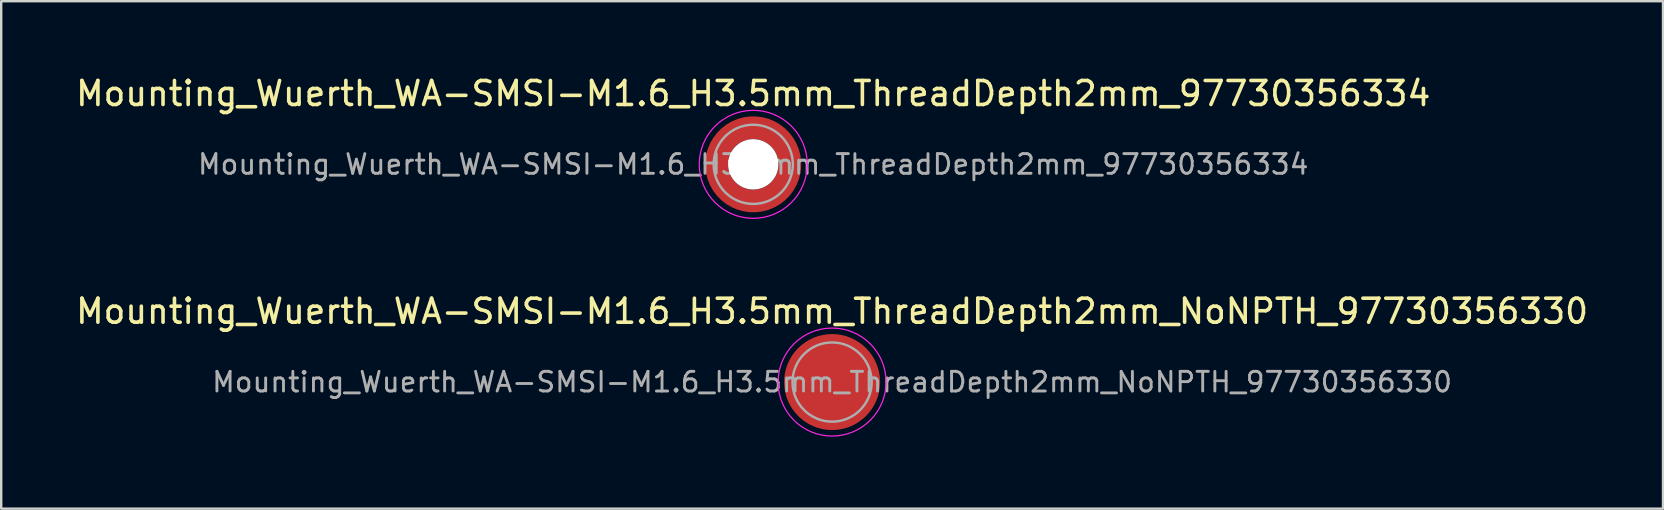
<source format=kicad_pcb>
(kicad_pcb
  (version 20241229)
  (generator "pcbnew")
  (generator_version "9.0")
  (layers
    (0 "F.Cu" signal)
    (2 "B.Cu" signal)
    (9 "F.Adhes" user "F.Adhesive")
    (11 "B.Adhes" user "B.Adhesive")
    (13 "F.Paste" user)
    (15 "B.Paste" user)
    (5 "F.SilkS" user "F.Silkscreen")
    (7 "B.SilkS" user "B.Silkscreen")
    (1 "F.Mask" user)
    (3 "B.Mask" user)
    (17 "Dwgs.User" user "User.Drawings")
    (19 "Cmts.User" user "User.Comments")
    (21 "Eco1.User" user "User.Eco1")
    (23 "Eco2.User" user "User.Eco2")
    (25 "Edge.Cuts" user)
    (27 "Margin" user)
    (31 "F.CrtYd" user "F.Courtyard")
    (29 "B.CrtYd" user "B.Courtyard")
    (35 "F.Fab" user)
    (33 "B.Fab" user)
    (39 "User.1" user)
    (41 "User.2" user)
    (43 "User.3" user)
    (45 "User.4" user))
  (footprint "Mounting_Wuerth_WA-SMSI-M1.6_H3.5mm_ThreadDepth2mm_NoNPTH_97730356330"
    (layer "F.Cu")
    (at 31.625 12.871)
    (property "Reference" "Mounting_Wuerth_WA-SMSI-M1.6_H3.5mm_ThreadDepth2mm_NoNPTH_97730356330" (at 0 -2.95 0) (layer "F.SilkS") (effects (font (size 1 1) (thickness 0.15))))
    (attr smd)
    (fp_circle (center 0 0) (end 2.25 0) (stroke (width 0.05) (type solid)) (fill no) (layer "F.CrtYd"))
    (fp_circle (center 0 0) (end 1.65 0) (stroke (width 0.1) (type solid)) (fill no) (layer "F.Fab"))
    (fp_text user "${REFERENCE}" (at 0 0 0) (layer "F.Fab") (effects (font (size 0.82 0.82) (thickness 0.12))))
    (pad "" smd custom (at -0.778 -0.778) (size 1.2 1.2) (layers "F.Paste") (options (anchor circle)) (primitives (gr_arc (start 0.465568 0.527817) (mid 0.494975 0.494974) (end 0.527818 0.465567) (width 0.2)) (gr_arc (start 0.344805 0.527817) (mid 0.424264 0.424264) (end 0.527818 0.344805) (width 0.2)) (gr_arc (start 0.232382 0.527817) (mid 0.353553 0.353553) (end 0.527817 0.232382) (width 0.2)) (gr_arc (start 0.123983 0.527817) (mid 0.282843 0.282842) (end 0.527818 0.123983) (width 0.2)) (gr_arc (start 0.017883 0.527817) (mid 0.212132 0.212132) (end 0.527817 0.017883) (width 0.2)) (gr_arc (start -0.086763 0.527817) (mid 0.141421 0.141421) (end 0.527817 -0.086763) (width 0.2)) (gr_arc (start -0.190428 0.527817) (mid 0.070711 0.070711) (end 0.527817 -0.190428) (width 0.2)) (gr_arc (start -0.293397 0.527817) (mid 0 0) (end 0.527817 -0.293397) (width 0.2)) (gr_arc (start -0.395852 0.527817) (mid -0.070711 -0.070711) (end 0.527817 -0.395852) (width 0.2)) (gr_arc (start -0.497918 0.527817) (mid -0.141422 -0.141422) (end 0.527817 -0.497918) (width 0.2)) (gr_arc (start -0.59968 0.527817) (mid -0.212132 -0.212132) (end 0.527817 -0.59968) (width 0.2)) (gr_arc (start -0.701202 0.527817) (mid -0.282843 -0.282843) (end 0.527817 -0.701202) (width 0.2)) (gr_arc (start -0.802531 0.527817) (mid -0.353554 -0.353554) (end 0.527817 -0.802531) (width 0.2)) (gr_arc (start -0.9037 0.527817) (mid -0.424264 -0.424264) (end 0.527817 -0.9037) (width 0.2)) (gr_arc (start -1.004737 0.527817) (mid -0.494975 -0.494975) (end 0.527817 -1.004737) (width 0.2)) (gr_line (start 0.528 0.466) (end 0.528 -1.005) (width 0.2)) (gr_line (start 0.466 0.528) (end -1.005 0.528) (width 0.2))))
    (pad "" smd custom (at -0.778 0.778) (size 1.2 1.2) (layers "F.Paste") (options (anchor circle)) (primitives (gr_arc (start 0.527817 -0.465568) (mid 0.494974 -0.494975) (end 0.465567 -0.527818) (width 0.2)) (gr_arc (start 0.527817 -0.344805) (mid 0.424264 -0.424264) (end 0.344805 -0.527818) (width 0.2)) (gr_arc (start 0.527817 -0.232382) (mid 0.353553 -0.353553) (end 0.232382 -0.527817) (width 0.2)) (gr_arc (start 0.527817 -0.123983) (mid 0.282842 -0.282843) (end 0.123983 -0.527818) (width 0.2)) (gr_arc (start 0.527817 -0.017883) (mid 0.212132 -0.212132) (end 0.017883 -0.527817) (width 0.2)) (gr_arc (start 0.527817 0.086763) (mid 0.141421 -0.141421) (end -0.086763 -0.527817) (width 0.2)) (gr_arc (start 0.527817 0.190428) (mid 0.070711 -0.070711) (end -0.190428 -0.527817) (width 0.2)) (gr_arc (start 0.527817 0.293397) (mid 0 0) (end -0.293397 -0.527817) (width 0.2)) (gr_arc (start 0.527817 0.395852) (mid -0.070711 0.070711) (end -0.395852 -0.527817) (width 0.2)) (gr_arc (start 0.527817 0.497918) (mid -0.141422 0.141422) (end -0.497918 -0.527817) (width 0.2)) (gr_arc (start 0.527817 0.59968) (mid -0.212132 0.212132) (end -0.59968 -0.527817) (width 0.2)) (gr_arc (start 0.527817 0.701202) (mid -0.282843 0.282843) (end -0.701202 -0.527817) (width 0.2)) (gr_arc (start 0.527817 0.802531) (mid -0.353554 0.353554) (end -0.802531 -0.527817) (width 0.2)) (gr_arc (start 0.527817 0.9037) (mid -0.424264 0.424264) (end -0.9037 -0.527817) (width 0.2)) (gr_arc (start 0.527817 1.004737) (mid -0.494975 0.494975) (end -1.004737 -0.527817) (width 0.2)) (gr_line (start 0.466 -0.528) (end -1.005 -0.528) (width 0.2)) (gr_line (start 0.528 -0.466) (end 0.528 1.005) (width 0.2))))
    (pad "" smd custom (at 0.778 -0.778) (size 1.2 1.2) (layers "F.Paste") (options (anchor circle)) (primitives (gr_arc (start -0.527817 0.465568) (mid -0.494974 0.494975) (end -0.465567 0.527818) (width 0.2)) (gr_arc (start -0.527817 0.344805) (mid -0.424264 0.424264) (end -0.344805 0.527818) (width 0.2)) (gr_arc (start -0.527817 0.232382) (mid -0.353553 0.353553) (end -0.232382 0.527817) (width 0.2)) (gr_arc (start -0.527817 0.123983) (mid -0.282842 0.282843) (end -0.123983 0.527818) (width 0.2)) (gr_arc (start -0.527817 0.017883) (mid -0.212132 0.212132) (end -0.017883 0.527817) (width 0.2)) (gr_arc (start -0.527817 -0.086763) (mid -0.141421 0.141421) (end 0.086763 0.527817) (width 0.2)) (gr_arc (start -0.527817 -0.190428) (mid -0.070711 0.070711) (end 0.190428 0.527817) (width 0.2)) (gr_arc (start -0.527817 -0.293397) (mid 0 0) (end 0.293397 0.527817) (width 0.2)) (gr_arc (start -0.527817 -0.395852) (mid 0.070711 -0.070711) (end 0.395852 0.527817) (width 0.2)) (gr_arc (start -0.527817 -0.497918) (mid 0.141422 -0.141422) (end 0.497918 0.527817) (width 0.2)) (gr_arc (start -0.527817 -0.59968) (mid 0.212132 -0.212132) (end 0.59968 0.527817) (width 0.2)) (gr_arc (start -0.527817 -0.701202) (mid 0.282843 -0.282843) (end 0.701202 0.527817) (width 0.2)) (gr_arc (start -0.527817 -0.802531) (mid 0.353554 -0.353554) (end 0.802531 0.527817) (width 0.2)) (gr_arc (start -0.527817 -0.9037) (mid 0.424264 -0.424264) (end 0.9037 0.527817) (width 0.2)) (gr_arc (start -0.527817 -1.004737) (mid 0.494975 -0.494975) (end 1.004737 0.527817) (width 0.2)) (gr_line (start -0.466 0.528) (end 1.005 0.528) (width 0.2)) (gr_line (start -0.528 0.466) (end -0.528 -1.005) (width 0.2))))
    (pad "" smd custom (at 0.778 0.778) (size 1.2 1.2) (layers "F.Paste") (options (anchor circle)) (primitives (gr_arc (start -0.465568 -0.527817) (mid -0.494975 -0.494974) (end -0.527818 -0.465567) (width 0.2)) (gr_arc (start -0.344805 -0.527817) (mid -0.424264 -0.424264) (end -0.527818 -0.344805) (width 0.2)) (gr_arc (start -0.232382 -0.527817) (mid -0.353553 -0.353553) (end -0.527817 -0.232382) (width 0.2)) (gr_arc (start -0.123983 -0.527817) (mid -0.282843 -0.282842) (end -0.527818 -0.123983) (width 0.2)) (gr_arc (start -0.017883 -0.527817) (mid -0.212132 -0.212132) (end -0.527817 -0.017883) (width 0.2)) (gr_arc (start 0.086763 -0.527817) (mid -0.141421 -0.141421) (end -0.527817 0.086763) (width 0.2)) (gr_arc (start 0.190428 -0.527817) (mid -0.070711 -0.070711) (end -0.527817 0.190428) (width 0.2)) (gr_arc (start 0.293397 -0.527817) (mid 0 0) (end -0.527817 0.293397) (width 0.2)) (gr_arc (start 0.395852 -0.527817) (mid 0.070711 0.070711) (end -0.527817 0.395852) (width 0.2)) (gr_arc (start 0.497918 -0.527817) (mid 0.141422 0.141422) (end -0.527817 0.497918) (width 0.2)) (gr_arc (start 0.59968 -0.527817) (mid 0.212132 0.212132) (end -0.527817 0.59968) (width 0.2)) (gr_arc (start 0.701202 -0.527817) (mid 0.282843 0.282843) (end -0.527817 0.701202) (width 0.2)) (gr_arc (start 0.802531 -0.527817) (mid 0.353554 0.353554) (end -0.527817 0.802531) (width 0.2)) (gr_arc (start 0.9037 -0.527817) (mid 0.424264 0.424264) (end -0.527817 0.9037) (width 0.2)) (gr_arc (start 1.004737 -0.527817) (mid 0.494975 0.494975) (end -0.527817 1.004737) (width 0.2)) (gr_line (start -0.528 -0.466) (end -0.528 1.005) (width 0.2)) (gr_line (start -0.466 -0.528) (end 1.005 -0.528) (width 0.2))))
    (pad "1" smd circle (at 0 0) (size 4 4) (layers "F.Cu" "F.Mask")))
  (footprint "Mounting_Wuerth_WA-SMSI-M1.6_H3.5mm_ThreadDepth2mm_97730356334"
    (layer "F.Cu")
    (at 28.339 3.798)
    (property "Reference" "Mounting_Wuerth_WA-SMSI-M1.6_H3.5mm_ThreadDepth2mm_97730356334" (at 0 -2.95 0) (layer "F.SilkS") (effects (font (size 1 1) (thickness 0.15))))
    (attr smd)
    (fp_circle (center 0 0) (end 2.25 0) (stroke (width 0.05) (type solid)) (fill no) (layer "F.CrtYd"))
    (fp_circle (center 0 0) (end 1.65 0) (stroke (width 0.1) (type solid)) (fill no) (layer "F.Fab"))
    (fp_text user "${REFERENCE}" (at 0 0 0) (layer "F.Fab") (effects (font (size 0.82 0.82) (thickness 0.12))))
    (pad "" smd custom (at -1.061 -1.061) (size 0.4 0.4) (layers "F.Paste") (options (anchor circle)) (primitives (gr_arc (start -0.101235 0.76066) (mid 0.212132 0.212132) (end 0.76066 -0.101235) (width 0.2)) (gr_arc (start -0.204251 0.76066) (mid 0.141421 0.141421) (end 0.76066 -0.204251) (width 0.2)) (gr_arc (start -0.306819 0.76066) (mid 0.070711 0.070711) (end 0.76066 -0.306819) (width 0.2)) (gr_arc (start -0.409034 0.76066) (mid 0 0) (end 0.76066 -0.409034) (width 0.2)) (gr_arc (start -0.510963 0.76066) (mid -0.070711 -0.070711) (end 0.76066 -0.510963) (width 0.2)) (gr_arc (start -0.61266 0.76066) (mid -0.141421 -0.141421) (end 0.76066 -0.61266) (width 0.2)) (gr_arc (start -0.714164 0.76066) (mid -0.212132 -0.212132) (end 0.76066 -0.714164) (width 0.2)) (gr_line (start 0.761 -0.101) (end 0.761 -0.714) (width 0.2)) (gr_line (start -0.101 0.761) (end -0.714 0.761) (width 0.2))))
    (pad "" smd custom (at -1.061 1.061) (size 0.4 0.4) (layers "F.Paste") (options (anchor circle)) (primitives (gr_arc (start 0.76066 0.101235) (mid 0.212132 -0.212132) (end -0.101235 -0.76066) (width 0.2)) (gr_arc (start 0.76066 0.204251) (mid 0.141421 -0.141421) (end -0.204251 -0.76066) (width 0.2)) (gr_arc (start 0.76066 0.306819) (mid 0.070711 -0.070711) (end -0.306819 -0.76066) (width 0.2)) (gr_arc (start 0.76066 0.409034) (mid 0 0) (end -0.409034 -0.76066) (width 0.2)) (gr_arc (start 0.76066 0.510963) (mid -0.070711 0.070711) (end -0.510963 -0.76066) (width 0.2)) (gr_arc (start 0.76066 0.61266) (mid -0.141421 0.141421) (end -0.61266 -0.76066) (width 0.2)) (gr_arc (start 0.76066 0.714164) (mid -0.212132 0.212132) (end -0.714164 -0.76066) (width 0.2)) (gr_line (start -0.101 -0.761) (end -0.714 -0.761) (width 0.2)) (gr_line (start 0.761 0.101) (end 0.761 0.714) (width 0.2))))
    (pad "" np_thru_hole circle (at 0 0) (size 2.1 2.1) (drill 2.1) (layers "*.Cu" "*.Mask"))
    (pad "" smd custom (at 1.061 -1.061) (size 0.4 0.4) (layers "F.Paste") (options (anchor circle)) (primitives (gr_arc (start -0.76066 -0.101235) (mid -0.212132 0.212132) (end 0.101235 0.76066) (width 0.2)) (gr_arc (start -0.76066 -0.204251) (mid -0.141421 0.141421) (end 0.204251 0.76066) (width 0.2)) (gr_arc (start -0.76066 -0.306819) (mid -0.070711 0.070711) (end 0.306819 0.76066) (width 0.2)) (gr_arc (start -0.76066 -0.409034) (mid 0 0) (end 0.409034 0.76066) (width 0.2)) (gr_arc (start -0.76066 -0.510963) (mid 0.070711 -0.070711) (end 0.510963 0.76066) (width 0.2)) (gr_arc (start -0.76066 -0.61266) (mid 0.141421 -0.141421) (end 0.61266 0.76066) (width 0.2)) (gr_arc (start -0.76066 -0.714164) (mid 0.212132 -0.212132) (end 0.714164 0.76066) (width 0.2)) (gr_line (start 0.101 0.761) (end 0.714 0.761) (width 0.2)) (gr_line (start -0.761 -0.101) (end -0.761 -0.714) (width 0.2))))
    (pad "" smd custom (at 1.061 1.061) (size 0.4 0.4) (layers "F.Paste") (options (anchor circle)) (primitives (gr_arc (start 0.101235 -0.76066) (mid -0.212132 -0.212132) (end -0.76066 0.101235) (width 0.2)) (gr_arc (start 0.204251 -0.76066) (mid -0.141421 -0.141421) (end -0.76066 0.204251) (width 0.2)) (gr_arc (start 0.306819 -0.76066) (mid -0.070711 -0.070711) (end -0.76066 0.306819) (width 0.2)) (gr_arc (start 0.409034 -0.76066) (mid 0 0) (end -0.76066 0.409034) (width 0.2)) (gr_arc (start 0.510963 -0.76066) (mid 0.070711 0.070711) (end -0.76066 0.510963) (width 0.2)) (gr_arc (start 0.61266 -0.76066) (mid 0.141421 0.141421) (end -0.76066 0.61266) (width 0.2)) (gr_arc (start 0.714164 -0.76066) (mid 0.212132 0.212132) (end -0.76066 0.714164) (width 0.2)) (gr_line (start -0.761 0.101) (end -0.761 0.714) (width 0.2)) (gr_line (start 0.101 -0.761) (end 0.714 -0.761) (width 0.2))))
    (pad "1" smd circle (at -1.525 0) (size 0.55 0.55) (layers "F.Cu"))
    (pad "1" smd circle (at 0 -1.525) (size 0.55 0.55) (layers "F.Cu"))
    (pad "1" smd circle (at 0 1.525) (size 0.55 0.55) (layers "F.Cu"))
    (pad "1" smd custom (at 1.525 0) (size 0.55 0.55) (layers "F.Cu" "F.Mask") (options (anchor circle)) (primitives (gr_circle (center -1.525 0) (end 0 0) (width 0.95) (fill no)))))
  (gr_rect
    (start -3 -3)
    (end 66.25 18.146)
    (stroke (width 0.1) (type default))
    (fill no)
    (layer "Edge.Cuts")))
</source>
